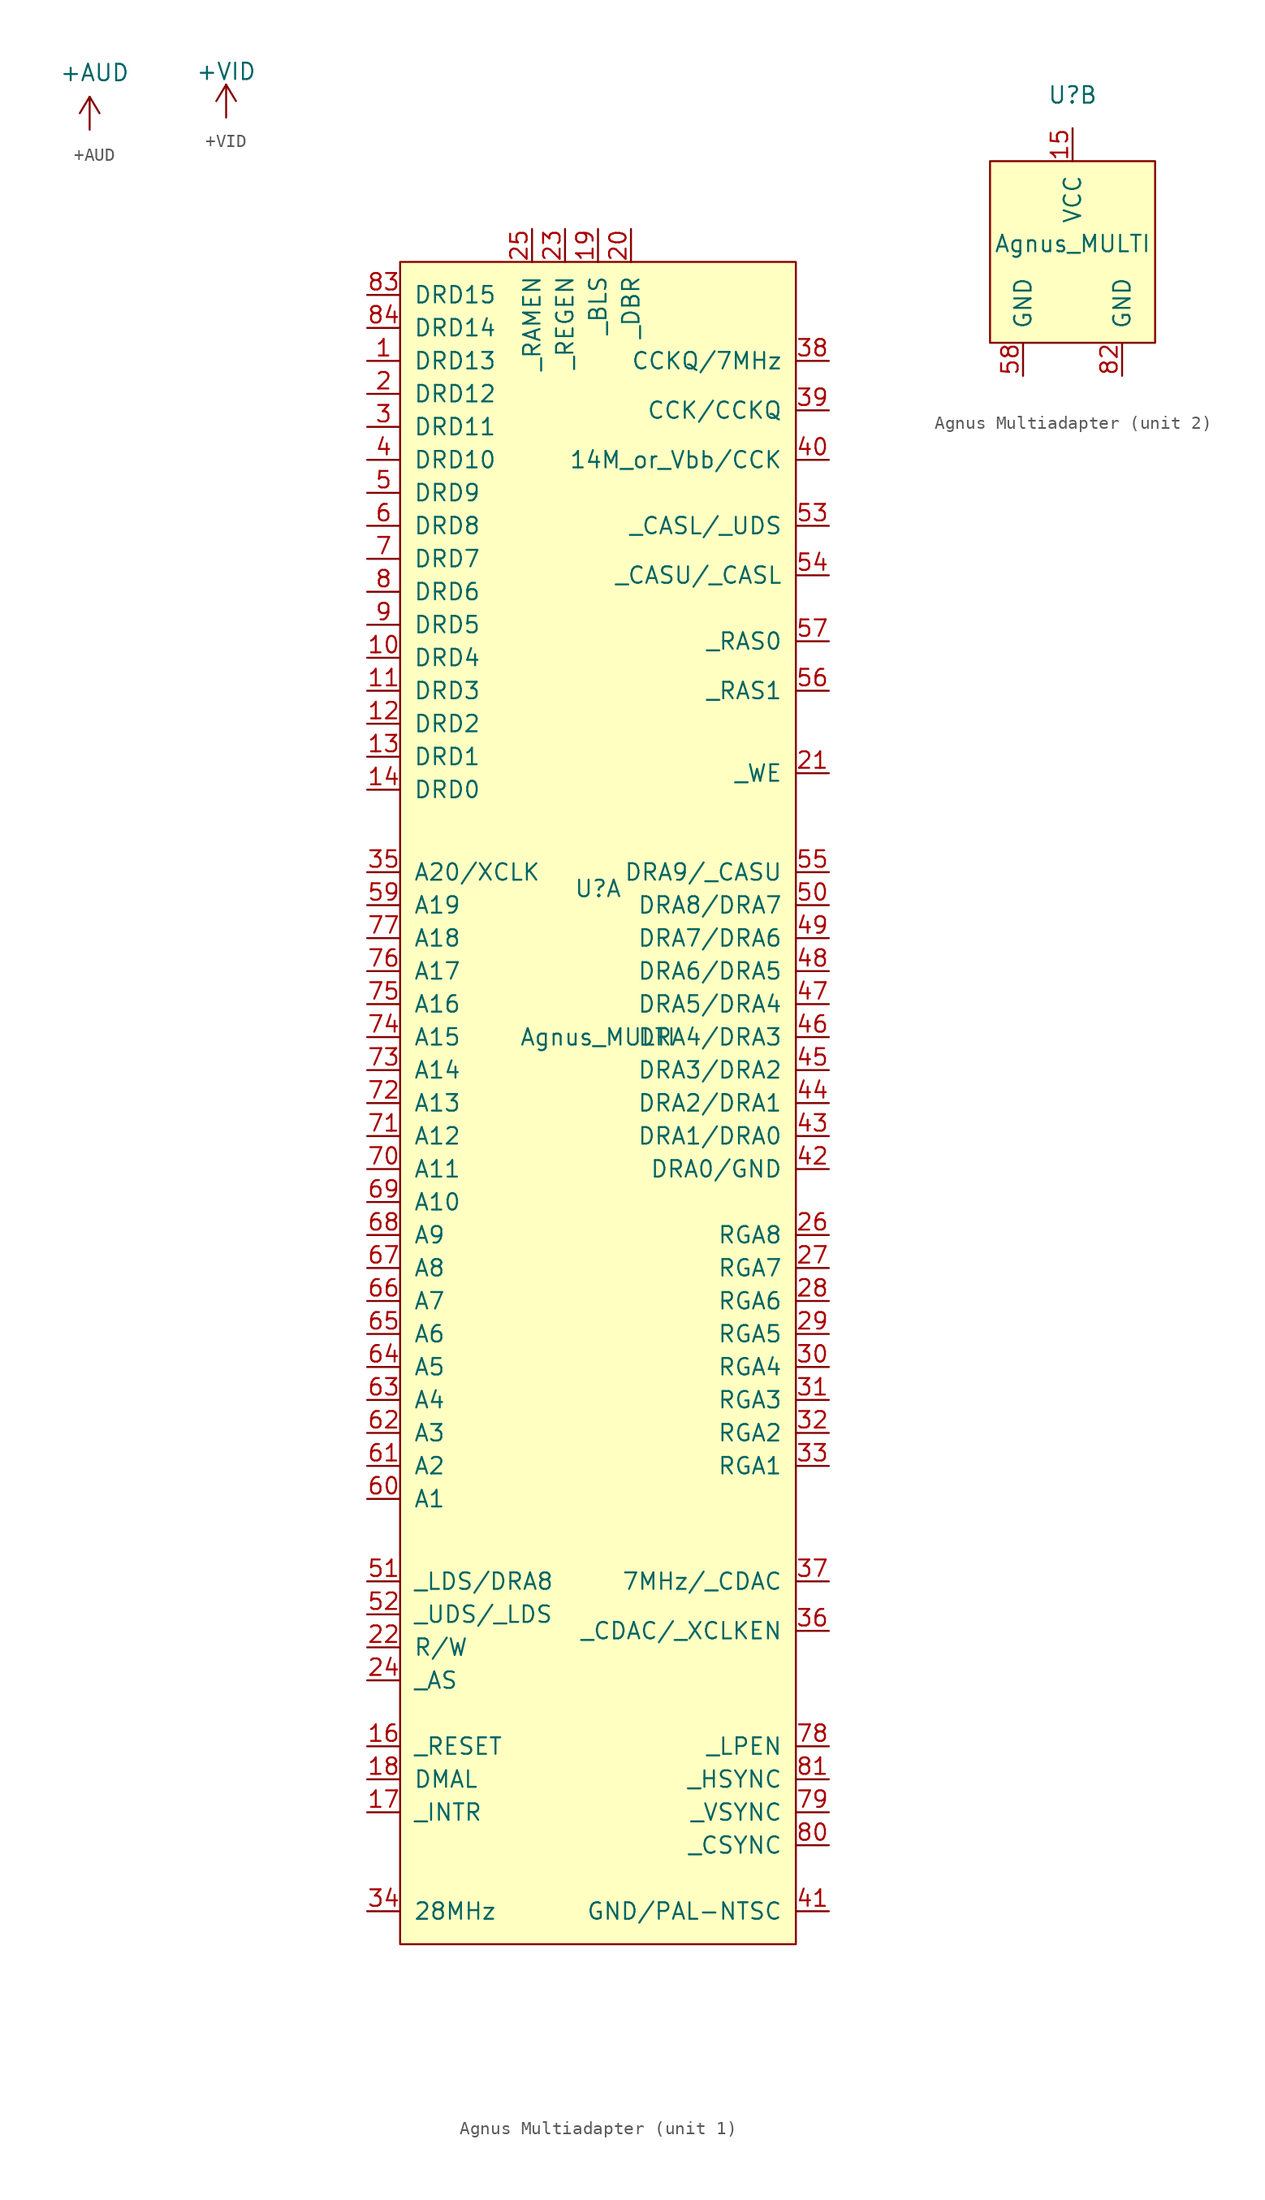
<source format=kicad_sym>
(kicad_symbol_lib
  (version 20220914)
  (generator kicad_symbol_editor)
  (symbol "+AUD"
    (power)
    (pin_names
      (offset 0))
    (property "Reference" "#PWR094"
      (at 0 -3.81 0)
      (effects (font (size 1.27 1.27)) hide))
    (property "Value" "+AUD"
      (at 0.381 4.394 0)
      (effects (font (size 1.27 1.27))))
    (symbol "+AUD_0_1"
      (polyline (pts (xy -0.762 1.27) (xy 0 2.54)) (stroke (width 0) (type solid)) (fill (type none)))
      (polyline (pts (xy 0 0) (xy 0 2.54)) (stroke (width 0) (type solid)) (fill (type none)))
      (polyline (pts (xy 0 2.54) (xy 0.762 1.27)) (stroke (width 0) (type solid)) (fill (type none))))
    (symbol "+AUD_1_1"
      (pin power_in line (at 0 0 90) (length 0) hide (name "+AUD" (effects (font (size 1.27 1.27)))) (number "1" (effects (font (size 1.27 1.27)))))))
  (symbol "+VID"
    (power)
    (pin_names
      (offset 0))
    (property "Reference" "#PWR062"
      (at 0 -3.81 0)
      (effects (font (size 1.27 1.27)) hide))
    (property "Value" "+VID"
      (at 0 3.556 0)
      (effects (font (size 1.27 1.27))))
    (symbol "+VID_0_1"
      (polyline (pts (xy -0.762 1.27) (xy 0 2.54)) (stroke (width 0) (type solid)) (fill (type none)))
      (polyline (pts (xy 0 0) (xy 0 2.54)) (stroke (width 0) (type solid)) (fill (type none)))
      (polyline (pts (xy 0 2.54) (xy 0.762 1.27)) (stroke (width 0) (type solid)) (fill (type none))))
    (symbol "+VID_1_1"
      (pin power_in line (at 0 0 90) (length 0) hide (name "+VID" (effects (font (size 1.27 1.27)))) (number "1" (effects (font (size 1.27 1.27)))))))
  (symbol "Agnus Multiadapter"
    (pin_names
      (offset 1.016))
    (property "Reference" "U"
      (at 0 11.43 0)
      (effects (font (size 1.27 1.27))))
    (property "Value" "Agnus_MULTI"
      (at 0 0 0)
      (effects (font (size 1.27 1.27))))
    (property "ki_locked" ""
      (at 0 0 0)
      (effects (font (size 1.27 1.27))))
    (symbol "Agnus Multiadapter_1_1"
      (rectangle (start -15.24 59.69) (end 15.24 -69.85) (stroke (width 0) (type default)) (fill (type background)))
      (pin bidirectional line (at -17.78 52.07 0) (length 2.54) (name "DRD13" (effects (font (size 1.27 1.27)))) (number "1" (effects (font (size 1.27 1.27)))))
      (pin bidirectional line (at -17.78 29.21 0) (length 2.54) (name "DRD4" (effects (font (size 1.27 1.27)))) (number "10" (effects (font (size 1.27 1.27)))))
      (pin bidirectional line (at -17.78 26.67 0) (length 2.54) (name "DRD3" (effects (font (size 1.27 1.27)))) (number "11" (effects (font (size 1.27 1.27)))))
      (pin bidirectional line (at -17.78 24.13 0) (length 2.54) (name "DRD2" (effects (font (size 1.27 1.27)))) (number "12" (effects (font (size 1.27 1.27)))))
      (pin bidirectional line (at -17.78 21.59 0) (length 2.54) (name "DRD1" (effects (font (size 1.27 1.27)))) (number "13" (effects (font (size 1.27 1.27)))))
      (pin bidirectional line (at -17.78 19.05 0) (length 2.54) (name "DRD0" (effects (font (size 1.27 1.27)))) (number "14" (effects (font (size 1.27 1.27)))))
      (pin input line (at -17.78 -54.61 0) (length 2.54) (name "_RESET" (effects (font (size 1.27 1.27)))) (number "16" (effects (font (size 1.27 1.27)))))
      (pin output line (at -17.78 -59.69 0) (length 2.54) (name "_INTR" (effects (font (size 1.27 1.27)))) (number "17" (effects (font (size 1.27 1.27)))))
      (pin input line (at -17.78 -57.15 0) (length 2.54) (name "DMAL" (effects (font (size 1.27 1.27)))) (number "18" (effects (font (size 1.27 1.27)))))
      (pin input line (at 0 62.23 270) (length 2.54) (name "_BLS" (effects (font (size 1.27 1.27)))) (number "19" (effects (font (size 1.27 1.27)))))
      (pin bidirectional line (at -17.78 49.53 0) (length 2.54) (name "DRD12" (effects (font (size 1.27 1.27)))) (number "2" (effects (font (size 1.27 1.27)))))
      (pin output line (at 2.54 62.23 270) (length 2.54) (name "_DBR" (effects (font (size 1.27 1.27)))) (number "20" (effects (font (size 1.27 1.27)))))
      (pin output line (at 17.78 20.32 180) (length 2.54) (name "_WE" (effects (font (size 1.27 1.27)))) (number "21" (effects (font (size 1.27 1.27)))))
      (pin input line (at -17.78 -46.99 0) (length 2.54) (name "R/W" (effects (font (size 1.27 1.27)))) (number "22" (effects (font (size 1.27 1.27)))))
      (pin input line (at -2.54 62.23 270) (length 2.54) (name "_REGEN" (effects (font (size 1.27 1.27)))) (number "23" (effects (font (size 1.27 1.27)))))
      (pin input line (at -17.78 -49.53 0) (length 2.54) (name "_AS" (effects (font (size 1.27 1.27)))) (number "24" (effects (font (size 1.27 1.27)))))
      (pin input line (at -5.08 62.23 270) (length 2.54) (name "_RAMEN" (effects (font (size 1.27 1.27)))) (number "25" (effects (font (size 1.27 1.27)))))
      (pin output line (at 17.78 -15.24 180) (length 2.54) (name "RGA8" (effects (font (size 1.27 1.27)))) (number "26" (effects (font (size 1.27 1.27)))))
      (pin output line (at 17.78 -17.78 180) (length 2.54) (name "RGA7" (effects (font (size 1.27 1.27)))) (number "27" (effects (font (size 1.27 1.27)))))
      (pin output line (at 17.78 -20.32 180) (length 2.54) (name "RGA6" (effects (font (size 1.27 1.27)))) (number "28" (effects (font (size 1.27 1.27)))))
      (pin output line (at 17.78 -22.86 180) (length 2.54) (name "RGA5" (effects (font (size 1.27 1.27)))) (number "29" (effects (font (size 1.27 1.27)))))
      (pin bidirectional line (at -17.78 46.99 0) (length 2.54) (name "DRD11" (effects (font (size 1.27 1.27)))) (number "3" (effects (font (size 1.27 1.27)))))
      (pin output line (at 17.78 -25.4 180) (length 2.54) (name "RGA4" (effects (font (size 1.27 1.27)))) (number "30" (effects (font (size 1.27 1.27)))))
      (pin output line (at 17.78 -27.94 180) (length 2.54) (name "RGA3" (effects (font (size 1.27 1.27)))) (number "31" (effects (font (size 1.27 1.27)))))
      (pin output line (at 17.78 -30.48 180) (length 2.54) (name "RGA2" (effects (font (size 1.27 1.27)))) (number "32" (effects (font (size 1.27 1.27)))))
      (pin output line (at 17.78 -33.02 180) (length 2.54) (name "RGA1" (effects (font (size 1.27 1.27)))) (number "33" (effects (font (size 1.27 1.27)))))
      (pin output line (at -17.78 -67.31 0) (length 2.54) (name "28MHz" (effects (font (size 1.27 1.27)))) (number "34" (effects (font (size 1.27 1.27)))))
      (pin bidirectional line (at -17.78 12.7 0) (length 2.54) (name "A20/XCLK" (effects (font (size 1.27 1.27)))) (number "35" (effects (font (size 1.27 1.27)))))
      (pin output line (at 17.78 -45.72 180) (length 2.54) (name "_CDAC/_XCLKEN" (effects (font (size 1.27 1.27)))) (number "36" (effects (font (size 1.27 1.27)))))
      (pin output line (at 17.78 -41.91 180) (length 2.54) (name "7MHz/_CDAC" (effects (font (size 1.27 1.27)))) (number "37" (effects (font (size 1.27 1.27)))))
      (pin output line (at 17.78 52.07 180) (length 2.54) (name "CCKQ/7MHz" (effects (font (size 1.27 1.27)))) (number "38" (effects (font (size 1.27 1.27)))))
      (pin output line (at 17.78 48.26 180) (length 2.54) (name "CCK/CCKQ" (effects (font (size 1.27 1.27)))) (number "39" (effects (font (size 1.27 1.27)))))
      (pin bidirectional line (at -17.78 44.45 0) (length 2.54) (name "DRD10" (effects (font (size 1.27 1.27)))) (number "4" (effects (font (size 1.27 1.27)))))
      (pin output line (at 17.78 44.45 180) (length 2.54) (name "14M_or_Vbb/CCK" (effects (font (size 1.27 1.27)))) (number "40" (effects (font (size 1.27 1.27)))))
      (pin input line (at 17.78 -67.31 180) (length 2.54) (name "GND/PAL-NTSC" (effects (font (size 1.27 1.27)))) (number "41" (effects (font (size 1.27 1.27)))))
      (pin output line (at 17.78 -10.16 180) (length 2.54) (name "DRA0/GND" (effects (font (size 1.27 1.27)))) (number "42" (effects (font (size 1.27 1.27)))))
      (pin output line (at 17.78 -7.62 180) (length 2.54) (name "DRA1/DRA0" (effects (font (size 1.27 1.27)))) (number "43" (effects (font (size 1.27 1.27)))))
      (pin output line (at 17.78 -5.08 180) (length 2.54) (name "DRA2/DRA1" (effects (font (size 1.27 1.27)))) (number "44" (effects (font (size 1.27 1.27)))))
      (pin output line (at 17.78 -2.54 180) (length 2.54) (name "DRA3/DRA2" (effects (font (size 1.27 1.27)))) (number "45" (effects (font (size 1.27 1.27)))))
      (pin output line (at 17.78 0 180) (length 2.54) (name "DRA4/DRA3" (effects (font (size 1.27 1.27)))) (number "46" (effects (font (size 1.27 1.27)))))
      (pin output line (at 17.78 2.54 180) (length 2.54) (name "DRA5/DRA4" (effects (font (size 1.27 1.27)))) (number "47" (effects (font (size 1.27 1.27)))))
      (pin output line (at 17.78 5.08 180) (length 2.54) (name "DRA6/DRA5" (effects (font (size 1.27 1.27)))) (number "48" (effects (font (size 1.27 1.27)))))
      (pin output line (at 17.78 7.62 180) (length 2.54) (name "DRA7/DRA6" (effects (font (size 1.27 1.27)))) (number "49" (effects (font (size 1.27 1.27)))))
      (pin bidirectional line (at -17.78 41.91 0) (length 2.54) (name "DRD9" (effects (font (size 1.27 1.27)))) (number "5" (effects (font (size 1.27 1.27)))))
      (pin output line (at 17.78 10.16 180) (length 2.54) (name "DRA8/DRA7" (effects (font (size 1.27 1.27)))) (number "50" (effects (font (size 1.27 1.27)))))
      (pin input line (at -17.78 -41.91 0) (length 2.54) (name "_LDS/DRA8" (effects (font (size 1.27 1.27)))) (number "51" (effects (font (size 1.27 1.27)))))
      (pin input line (at -17.78 -44.45 0) (length 2.54) (name "_UDS/_LDS" (effects (font (size 1.27 1.27)))) (number "52" (effects (font (size 1.27 1.27)))))
      (pin output line (at 17.78 39.37 180) (length 2.54) (name "_CASL/_UDS" (effects (font (size 1.27 1.27)))) (number "53" (effects (font (size 1.27 1.27)))))
      (pin output line (at 17.78 35.56 180) (length 2.54) (name "_CASU/_CASL" (effects (font (size 1.27 1.27)))) (number "54" (effects (font (size 1.27 1.27)))))
      (pin output line (at 17.78 12.7 180) (length 2.54) (name "DRA9/_CASU" (effects (font (size 1.27 1.27)))) (number "55" (effects (font (size 1.27 1.27)))))
      (pin output line (at 17.78 26.67 180) (length 2.54) (name "_RAS1" (effects (font (size 1.27 1.27)))) (number "56" (effects (font (size 1.27 1.27)))))
      (pin output line (at 17.78 30.48 180) (length 2.54) (name "_RAS0" (effects (font (size 1.27 1.27)))) (number "57" (effects (font (size 1.27 1.27)))))
      (pin bidirectional line (at -17.78 10.16 0) (length 2.54) (name "A19" (effects (font (size 1.27 1.27)))) (number "59" (effects (font (size 1.27 1.27)))))
      (pin bidirectional line (at -17.78 39.37 0) (length 2.54) (name "DRD8" (effects (font (size 1.27 1.27)))) (number "6" (effects (font (size 1.27 1.27)))))
      (pin bidirectional line (at -17.78 -35.56 0) (length 2.54) (name "A1" (effects (font (size 1.27 1.27)))) (number "60" (effects (font (size 1.27 1.27)))))
      (pin bidirectional line (at -17.78 -33.02 0) (length 2.54) (name "A2" (effects (font (size 1.27 1.27)))) (number "61" (effects (font (size 1.27 1.27)))))
      (pin bidirectional line (at -17.78 -30.48 0) (length 2.54) (name "A3" (effects (font (size 1.27 1.27)))) (number "62" (effects (font (size 1.27 1.27)))))
      (pin bidirectional line (at -17.78 -27.94 0) (length 2.54) (name "A4" (effects (font (size 1.27 1.27)))) (number "63" (effects (font (size 1.27 1.27)))))
      (pin bidirectional line (at -17.78 -25.4 0) (length 2.54) (name "A5" (effects (font (size 1.27 1.27)))) (number "64" (effects (font (size 1.27 1.27)))))
      (pin bidirectional line (at -17.78 -22.86 0) (length 2.54) (name "A6" (effects (font (size 1.27 1.27)))) (number "65" (effects (font (size 1.27 1.27)))))
      (pin bidirectional line (at -17.78 -20.32 0) (length 2.54) (name "A7" (effects (font (size 1.27 1.27)))) (number "66" (effects (font (size 1.27 1.27)))))
      (pin bidirectional line (at -17.78 -17.78 0) (length 2.54) (name "A8" (effects (font (size 1.27 1.27)))) (number "67" (effects (font (size 1.27 1.27)))))
      (pin bidirectional line (at -17.78 -15.24 0) (length 2.54) (name "A9" (effects (font (size 1.27 1.27)))) (number "68" (effects (font (size 1.27 1.27)))))
      (pin bidirectional line (at -17.78 -12.7 0) (length 2.54) (name "A10" (effects (font (size 1.27 1.27)))) (number "69" (effects (font (size 1.27 1.27)))))
      (pin bidirectional line (at -17.78 36.83 0) (length 2.54) (name "DRD7" (effects (font (size 1.27 1.27)))) (number "7" (effects (font (size 1.27 1.27)))))
      (pin bidirectional line (at -17.78 -10.16 0) (length 2.54) (name "A11" (effects (font (size 1.27 1.27)))) (number "70" (effects (font (size 1.27 1.27)))))
      (pin bidirectional line (at -17.78 -7.62 0) (length 2.54) (name "A12" (effects (font (size 1.27 1.27)))) (number "71" (effects (font (size 1.27 1.27)))))
      (pin bidirectional line (at -17.78 -5.08 0) (length 2.54) (name "A13" (effects (font (size 1.27 1.27)))) (number "72" (effects (font (size 1.27 1.27)))))
      (pin bidirectional line (at -17.78 -2.54 0) (length 2.54) (name "A14" (effects (font (size 1.27 1.27)))) (number "73" (effects (font (size 1.27 1.27)))))
      (pin bidirectional line (at -17.78 0 0) (length 2.54) (name "A15" (effects (font (size 1.27 1.27)))) (number "74" (effects (font (size 1.27 1.27)))))
      (pin bidirectional line (at -17.78 2.54 0) (length 2.54) (name "A16" (effects (font (size 1.27 1.27)))) (number "75" (effects (font (size 1.27 1.27)))))
      (pin bidirectional line (at -17.78 5.08 0) (length 2.54) (name "A17" (effects (font (size 1.27 1.27)))) (number "76" (effects (font (size 1.27 1.27)))))
      (pin bidirectional line (at -17.78 7.62 0) (length 2.54) (name "A18" (effects (font (size 1.27 1.27)))) (number "77" (effects (font (size 1.27 1.27)))))
      (pin input line (at 17.78 -54.61 180) (length 2.54) (name "_LPEN" (effects (font (size 1.27 1.27)))) (number "78" (effects (font (size 1.27 1.27)))))
      (pin bidirectional line (at 17.78 -59.69 180) (length 2.54) (name "_VSYNC" (effects (font (size 1.27 1.27)))) (number "79" (effects (font (size 1.27 1.27)))))
      (pin bidirectional line (at -17.78 34.29 0) (length 2.54) (name "DRD6" (effects (font (size 1.27 1.27)))) (number "8" (effects (font (size 1.27 1.27)))))
      (pin output line (at 17.78 -62.23 180) (length 2.54) (name "_CSYNC" (effects (font (size 1.27 1.27)))) (number "80" (effects (font (size 1.27 1.27)))))
      (pin bidirectional line (at 17.78 -57.15 180) (length 2.54) (name "_HSYNC" (effects (font (size 1.27 1.27)))) (number "81" (effects (font (size 1.27 1.27)))))
      (pin bidirectional line (at -17.78 57.15 0) (length 2.54) (name "DRD15" (effects (font (size 1.27 1.27)))) (number "83" (effects (font (size 1.27 1.27)))))
      (pin bidirectional line (at -17.78 54.61 0) (length 2.54) (name "DRD14" (effects (font (size 1.27 1.27)))) (number "84" (effects (font (size 1.27 1.27)))))
      (pin bidirectional line (at -17.78 31.75 0) (length 2.54) (name "DRD5" (effects (font (size 1.27 1.27)))) (number "9" (effects (font (size 1.27 1.27))))))
    (symbol "Agnus Multiadapter_2_1"
      (rectangle (start -6.35 6.35) (end 6.35 -7.62) (stroke (width 0) (type default)) (fill (type background)))
      (pin power_in line (at 0 8.89 270) (length 2.54) (name "VCC" (effects (font (size 1.27 1.27)))) (number "15" (effects (font (size 1.27 1.27)))))
      (pin power_in line (at -3.81 -10.16 90) (length 2.54) (name "GND" (effects (font (size 1.27 1.27)))) (number "58" (effects (font (size 1.27 1.27)))))
      (pin power_in line (at 3.81 -10.16 90) (length 2.54) (name "GND" (effects (font (size 1.27 1.27)))) (number "82" (effects (font (size 1.27 1.27))))))))
</source>
